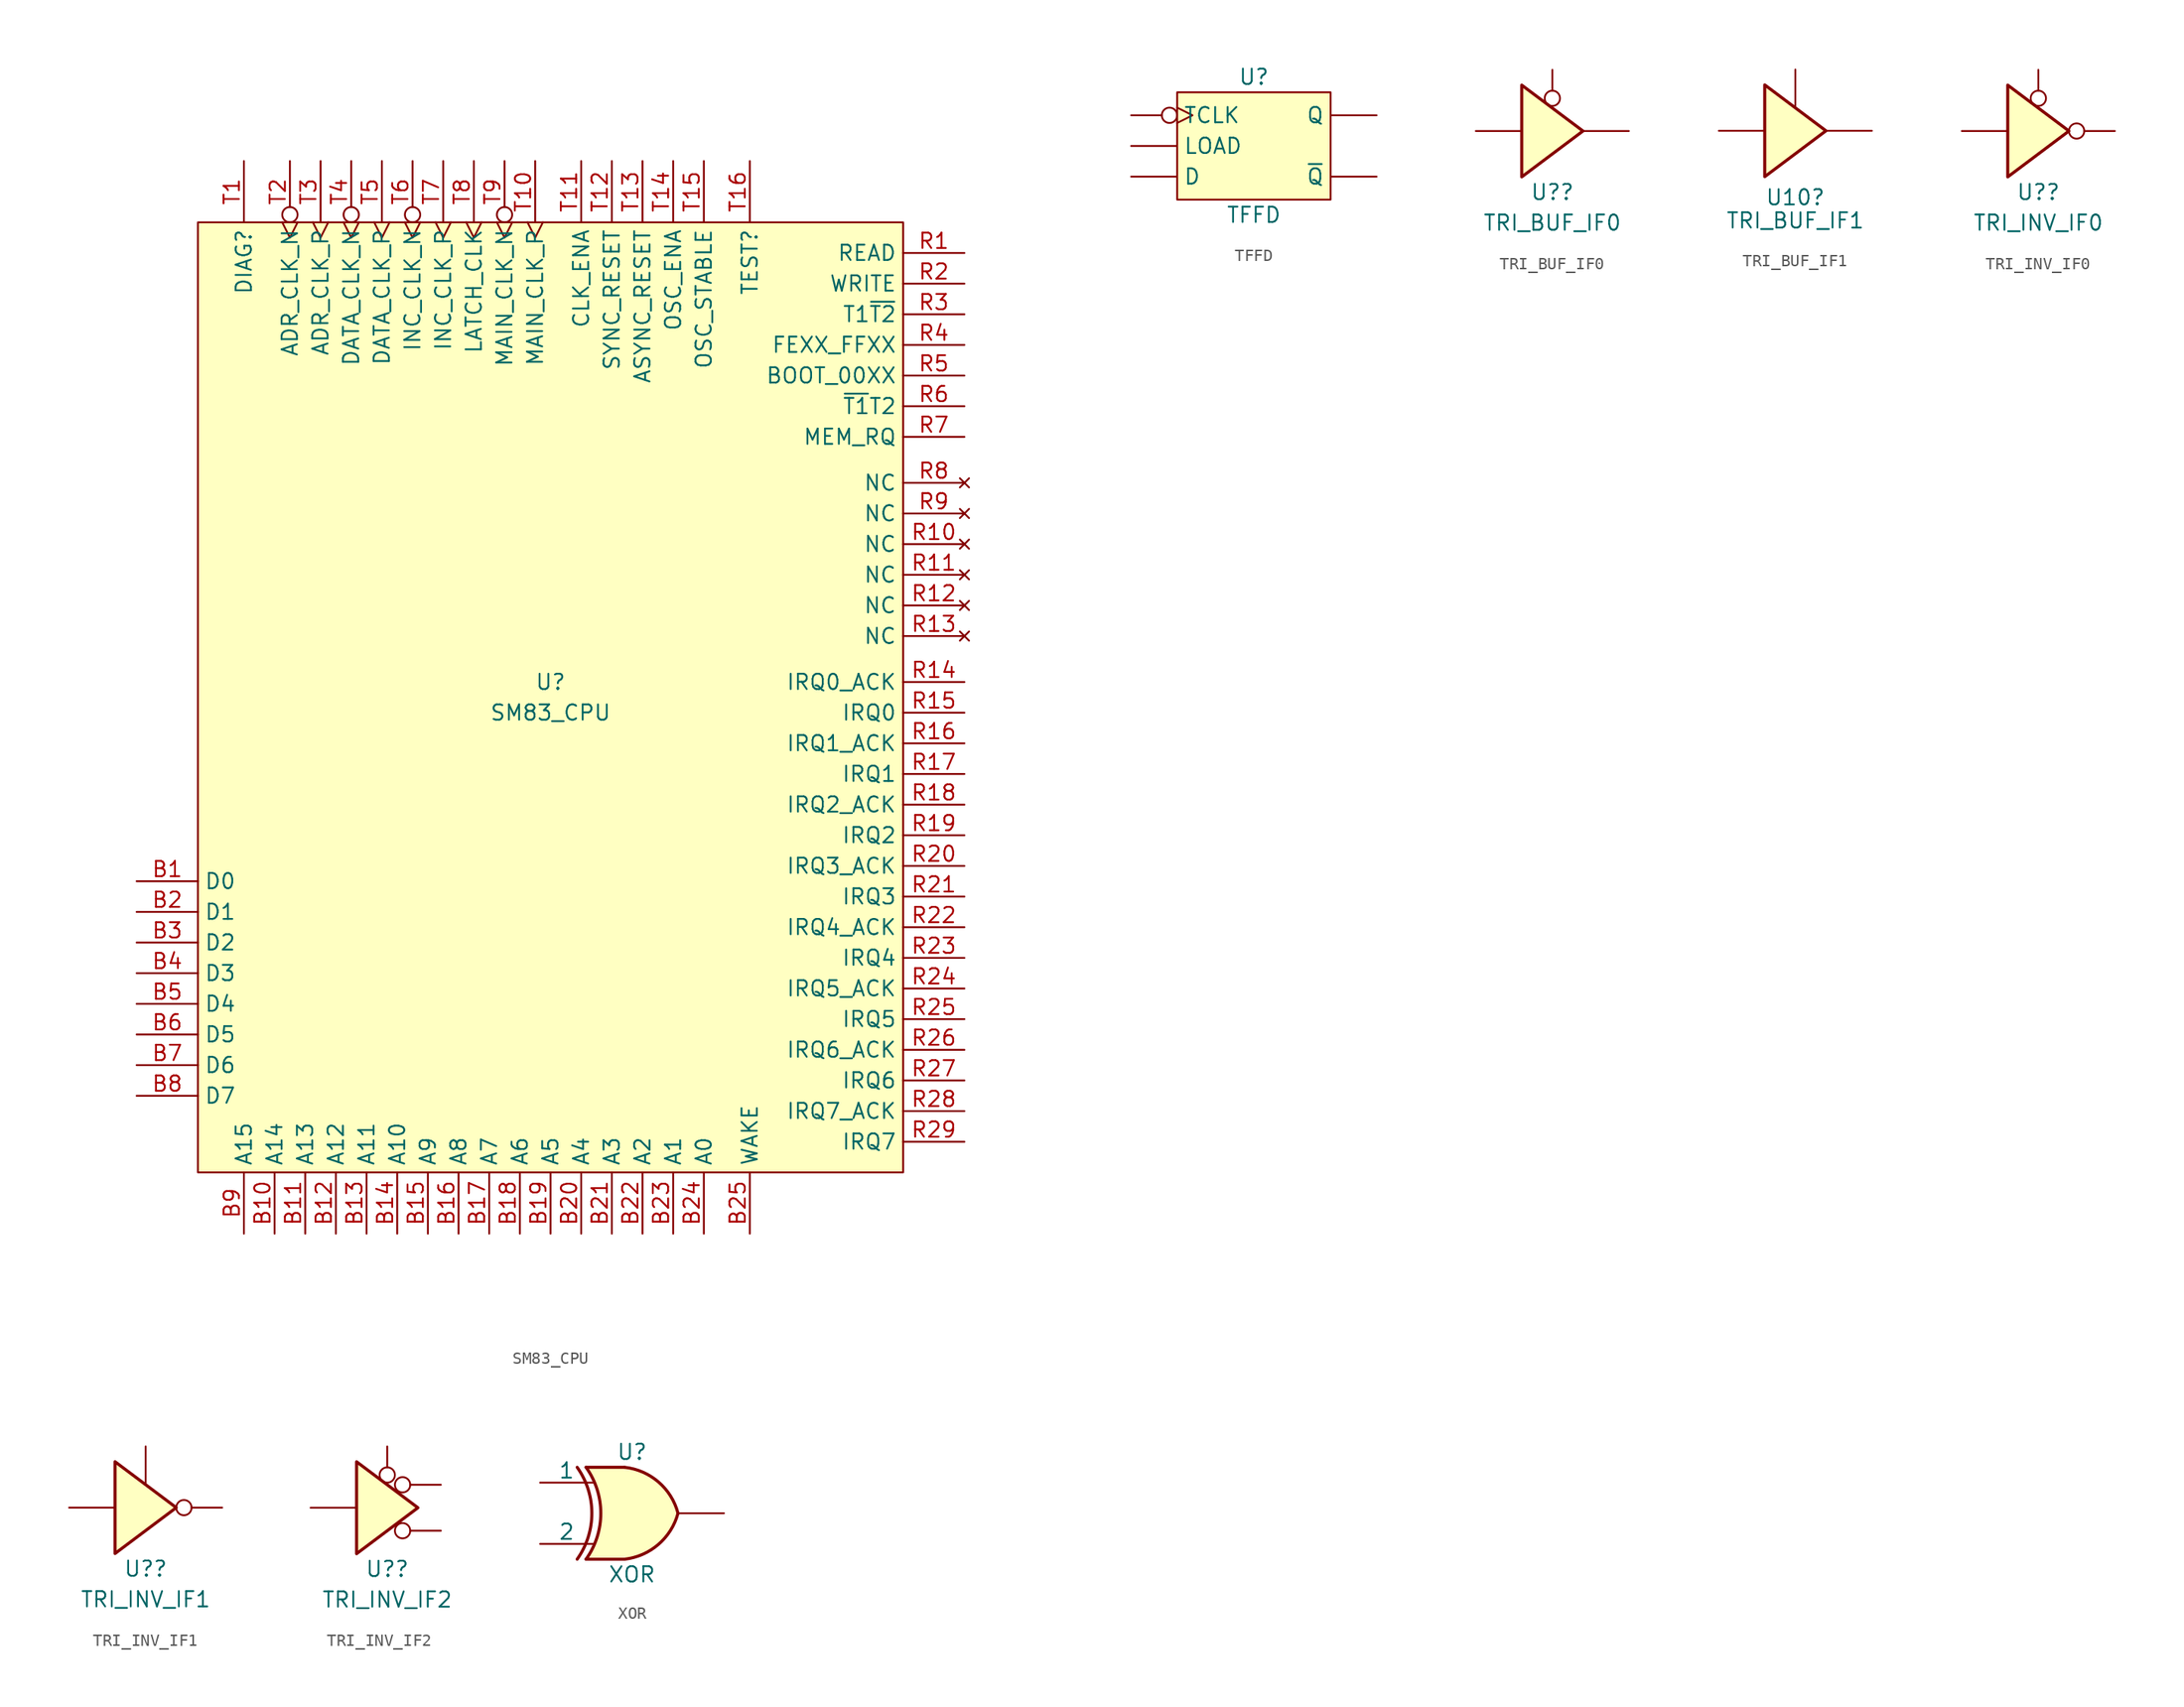
<source format=kicad_sym>
(kicad_symbol_lib
  (version 20220914)
  (generator kicad_symbol_editor)
  (symbol "SM83_CPU"
    (property "Reference" "U"
      (at 0 1.27 0)
      (effects (font (size 1.27 1.27))))
    (property "Value" "SM83_CPU"
      (at 0 -1.27 0)
      (effects (font (size 1.27 1.27))))
    (symbol "SM83_CPU_0_0"
      (rectangle (start -29.21 39.37) (end 29.21 -39.37) (stroke (width 0) (type default)) (fill (type background))))
    (symbol "SM83_CPU_1_1"
      (pin bidirectional line (at -34.29 -15.24 0) (length 5.08) (name "D0" (effects (font (size 1.27 1.27)))) (number "B1" (effects (font (size 1.27 1.27)))))
      (pin tri_state line (at -22.86 -44.45 90) (length 5.08) (name "A14" (effects (font (size 1.27 1.27)))) (number "B10" (effects (font (size 1.27 1.27)))))
      (pin tri_state line (at -20.32 -44.45 90) (length 5.08) (name "A13" (effects (font (size 1.27 1.27)))) (number "B11" (effects (font (size 1.27 1.27)))))
      (pin tri_state line (at -17.78 -44.45 90) (length 5.08) (name "A12" (effects (font (size 1.27 1.27)))) (number "B12" (effects (font (size 1.27 1.27)))))
      (pin tri_state line (at -15.24 -44.45 90) (length 5.08) (name "A11" (effects (font (size 1.27 1.27)))) (number "B13" (effects (font (size 1.27 1.27)))))
      (pin tri_state line (at -12.7 -44.45 90) (length 5.08) (name "A10" (effects (font (size 1.27 1.27)))) (number "B14" (effects (font (size 1.27 1.27)))))
      (pin tri_state line (at -10.16 -44.45 90) (length 5.08) (name "A9" (effects (font (size 1.27 1.27)))) (number "B15" (effects (font (size 1.27 1.27)))))
      (pin tri_state line (at -7.62 -44.45 90) (length 5.08) (name "A8" (effects (font (size 1.27 1.27)))) (number "B16" (effects (font (size 1.27 1.27)))))
      (pin tri_state line (at -5.08 -44.45 90) (length 5.08) (name "A7" (effects (font (size 1.27 1.27)))) (number "B17" (effects (font (size 1.27 1.27)))))
      (pin tri_state line (at -2.54 -44.45 90) (length 5.08) (name "A6" (effects (font (size 1.27 1.27)))) (number "B18" (effects (font (size 1.27 1.27)))))
      (pin tri_state line (at 0 -44.45 90) (length 5.08) (name "A5" (effects (font (size 1.27 1.27)))) (number "B19" (effects (font (size 1.27 1.27)))))
      (pin bidirectional line (at -34.29 -17.78 0) (length 5.08) (name "D1" (effects (font (size 1.27 1.27)))) (number "B2" (effects (font (size 1.27 1.27)))))
      (pin tri_state line (at 2.54 -44.45 90) (length 5.08) (name "A4" (effects (font (size 1.27 1.27)))) (number "B20" (effects (font (size 1.27 1.27)))))
      (pin tri_state line (at 5.08 -44.45 90) (length 5.08) (name "A3" (effects (font (size 1.27 1.27)))) (number "B21" (effects (font (size 1.27 1.27)))))
      (pin tri_state line (at 7.62 -44.45 90) (length 5.08) (name "A2" (effects (font (size 1.27 1.27)))) (number "B22" (effects (font (size 1.27 1.27)))))
      (pin tri_state line (at 10.16 -44.45 90) (length 5.08) (name "A1" (effects (font (size 1.27 1.27)))) (number "B23" (effects (font (size 1.27 1.27)))))
      (pin tri_state line (at 12.7 -44.45 90) (length 5.08) (name "A0" (effects (font (size 1.27 1.27)))) (number "B24" (effects (font (size 1.27 1.27)))))
      (pin input line (at 16.51 -44.45 90) (length 5.08) (name "WAKE" (effects (font (size 1.27 1.27)))) (number "B25" (effects (font (size 1.27 1.27)))))
      (pin bidirectional line (at -34.29 -20.32 0) (length 5.08) (name "D2" (effects (font (size 1.27 1.27)))) (number "B3" (effects (font (size 1.27 1.27)))))
      (pin bidirectional line (at -34.29 -22.86 0) (length 5.08) (name "D3" (effects (font (size 1.27 1.27)))) (number "B4" (effects (font (size 1.27 1.27)))))
      (pin bidirectional line (at -34.29 -25.4 0) (length 5.08) (name "D4" (effects (font (size 1.27 1.27)))) (number "B5" (effects (font (size 1.27 1.27)))))
      (pin bidirectional line (at -34.29 -27.94 0) (length 5.08) (name "D5" (effects (font (size 1.27 1.27)))) (number "B6" (effects (font (size 1.27 1.27)))))
      (pin bidirectional line (at -34.29 -30.48 0) (length 5.08) (name "D6" (effects (font (size 1.27 1.27)))) (number "B7" (effects (font (size 1.27 1.27)))))
      (pin bidirectional line (at -34.29 -33.02 0) (length 5.08) (name "D7" (effects (font (size 1.27 1.27)))) (number "B8" (effects (font (size 1.27 1.27)))))
      (pin tri_state line (at -25.4 -44.45 90) (length 5.08) (name "A15" (effects (font (size 1.27 1.27)))) (number "B9" (effects (font (size 1.27 1.27)))))
      (pin output line (at 34.29 36.83 180) (length 5.08) (name "READ" (effects (font (size 1.27 1.27)))) (number "R1" (effects (font (size 1.27 1.27)))))
      (pin no_connect line (at 34.29 12.7 180) (length 5.08) (name "NC" (effects (font (size 1.27 1.27)))) (number "R10" (effects (font (size 1.27 1.27)))))
      (pin no_connect line (at 34.29 10.16 180) (length 5.08) (name "NC" (effects (font (size 1.27 1.27)))) (number "R11" (effects (font (size 1.27 1.27)))))
      (pin no_connect line (at 34.29 7.62 180) (length 5.08) (name "NC" (effects (font (size 1.27 1.27)))) (number "R12" (effects (font (size 1.27 1.27)))))
      (pin no_connect line (at 34.29 5.08 180) (length 5.08) (name "NC" (effects (font (size 1.27 1.27)))) (number "R13" (effects (font (size 1.27 1.27)))))
      (pin output line (at 34.29 1.27 180) (length 5.08) (name "IRQ0_ACK" (effects (font (size 1.27 1.27)))) (number "R14" (effects (font (size 1.27 1.27)))))
      (pin input line (at 34.29 -1.27 180) (length 5.08) (name "IRQ0" (effects (font (size 1.27 1.27)))) (number "R15" (effects (font (size 1.27 1.27)))))
      (pin output line (at 34.29 -3.81 180) (length 5.08) (name "IRQ1_ACK" (effects (font (size 1.27 1.27)))) (number "R16" (effects (font (size 1.27 1.27)))))
      (pin input line (at 34.29 -6.35 180) (length 5.08) (name "IRQ1" (effects (font (size 1.27 1.27)))) (number "R17" (effects (font (size 1.27 1.27)))))
      (pin output line (at 34.29 -8.89 180) (length 5.08) (name "IRQ2_ACK" (effects (font (size 1.27 1.27)))) (number "R18" (effects (font (size 1.27 1.27)))))
      (pin input line (at 34.29 -11.43 180) (length 5.08) (name "IRQ2" (effects (font (size 1.27 1.27)))) (number "R19" (effects (font (size 1.27 1.27)))))
      (pin output line (at 34.29 34.29 180) (length 5.08) (name "WRITE" (effects (font (size 1.27 1.27)))) (number "R2" (effects (font (size 1.27 1.27)))))
      (pin output line (at 34.29 -13.97 180) (length 5.08) (name "IRQ3_ACK" (effects (font (size 1.27 1.27)))) (number "R20" (effects (font (size 1.27 1.27)))))
      (pin input line (at 34.29 -16.51 180) (length 5.08) (name "IRQ3" (effects (font (size 1.27 1.27)))) (number "R21" (effects (font (size 1.27 1.27)))))
      (pin output line (at 34.29 -19.05 180) (length 5.08) (name "IRQ4_ACK" (effects (font (size 1.27 1.27)))) (number "R22" (effects (font (size 1.27 1.27)))))
      (pin input line (at 34.29 -21.59 180) (length 5.08) (name "IRQ4" (effects (font (size 1.27 1.27)))) (number "R23" (effects (font (size 1.27 1.27)))))
      (pin output line (at 34.29 -24.13 180) (length 5.08) (name "IRQ5_ACK" (effects (font (size 1.27 1.27)))) (number "R24" (effects (font (size 1.27 1.27)))))
      (pin input line (at 34.29 -26.67 180) (length 5.08) (name "IRQ5" (effects (font (size 1.27 1.27)))) (number "R25" (effects (font (size 1.27 1.27)))))
      (pin output line (at 34.29 -29.21 180) (length 5.08) (name "IRQ6_ACK" (effects (font (size 1.27 1.27)))) (number "R26" (effects (font (size 1.27 1.27)))))
      (pin input line (at 34.29 -31.75 180) (length 5.08) (name "IRQ6" (effects (font (size 1.27 1.27)))) (number "R27" (effects (font (size 1.27 1.27)))))
      (pin output line (at 34.29 -34.29 180) (length 5.08) (name "IRQ7_ACK" (effects (font (size 1.27 1.27)))) (number "R28" (effects (font (size 1.27 1.27)))))
      (pin input line (at 34.29 -36.83 180) (length 5.08) (name "IRQ7" (effects (font (size 1.27 1.27)))) (number "R29" (effects (font (size 1.27 1.27)))))
      (pin input line (at 34.29 31.75 180) (length 5.08) (name "T1~{T2}" (effects (font (size 1.27 1.27)))) (number "R3" (effects (font (size 1.27 1.27)))))
      (pin input line (at 34.29 29.21 180) (length 5.08) (name "FEXX_FFXX" (effects (font (size 1.27 1.27)))) (number "R4" (effects (font (size 1.27 1.27)))))
      (pin input line (at 34.29 26.67 180) (length 5.08) (name "BOOT_00XX" (effects (font (size 1.27 1.27)))) (number "R5" (effects (font (size 1.27 1.27)))))
      (pin input line (at 34.29 24.13 180) (length 5.08) (name "~{T1}T2" (effects (font (size 1.27 1.27)))) (number "R6" (effects (font (size 1.27 1.27)))))
      (pin output line (at 34.29 21.59 180) (length 5.08) (name "MEM_RQ" (effects (font (size 1.27 1.27)))) (number "R7" (effects (font (size 1.27 1.27)))))
      (pin no_connect line (at 34.29 17.78 180) (length 5.08) (name "NC" (effects (font (size 1.27 1.27)))) (number "R8" (effects (font (size 1.27 1.27)))))
      (pin no_connect line (at 34.29 15.24 180) (length 5.08) (name "NC" (effects (font (size 1.27 1.27)))) (number "R9" (effects (font (size 1.27 1.27)))))
      (pin output line (at -25.4 44.45 270) (length 5.08) (name "DIAG?" (effects (font (size 1.27 1.27)))) (number "T1" (effects (font (size 1.27 1.27)))))
      (pin input clock (at -1.27 44.45 270) (length 5.08) (name "MAIN_CLK_P" (effects (font (size 1.27 1.27)))) (number "T10" (effects (font (size 1.27 1.27)))))
      (pin output line (at 2.54 44.45 270) (length 5.08) (name "CLK_ENA" (effects (font (size 1.27 1.27)))) (number "T11" (effects (font (size 1.27 1.27)))))
      (pin input line (at 5.08 44.45 270) (length 5.08) (name "SYNC_RESET" (effects (font (size 1.27 1.27)))) (number "T12" (effects (font (size 1.27 1.27)))))
      (pin input line (at 7.62 44.45 270) (length 5.08) (name "ASYNC_RESET" (effects (font (size 1.27 1.27)))) (number "T13" (effects (font (size 1.27 1.27)))))
      (pin output line (at 10.16 44.45 270) (length 5.08) (name "OSC_ENA" (effects (font (size 1.27 1.27)))) (number "T14" (effects (font (size 1.27 1.27)))))
      (pin input line (at 12.7 44.45 270) (length 5.08) (name "OSC_STABLE" (effects (font (size 1.27 1.27)))) (number "T15" (effects (font (size 1.27 1.27)))))
      (pin input line (at 16.51 44.45 270) (length 5.08) (name "TEST?" (effects (font (size 1.27 1.27)))) (number "T16" (effects (font (size 1.27 1.27)))))
      (pin input inverted_clock (at -21.59 44.45 270) (length 5.08) (name "ADR_CLK_N" (effects (font (size 1.27 1.27)))) (number "T2" (effects (font (size 1.27 1.27)))))
      (pin input clock (at -19.05 44.45 270) (length 5.08) (name "ADR_CLK_P" (effects (font (size 1.27 1.27)))) (number "T3" (effects (font (size 1.27 1.27)))))
      (pin input inverted_clock (at -16.51 44.45 270) (length 5.08) (name "DATA_CLK_N" (effects (font (size 1.27 1.27)))) (number "T4" (effects (font (size 1.27 1.27)))))
      (pin input clock (at -13.97 44.45 270) (length 5.08) (name "DATA_CLK_P" (effects (font (size 1.27 1.27)))) (number "T5" (effects (font (size 1.27 1.27)))))
      (pin input inverted_clock (at -11.43 44.45 270) (length 5.08) (name "INC_CLK_N" (effects (font (size 1.27 1.27)))) (number "T6" (effects (font (size 1.27 1.27)))))
      (pin input clock (at -8.89 44.45 270) (length 5.08) (name "INC_CLK_P" (effects (font (size 1.27 1.27)))) (number "T7" (effects (font (size 1.27 1.27)))))
      (pin input clock (at -6.35 44.45 270) (length 5.08) (name "LATCH_CLK" (effects (font (size 1.27 1.27)))) (number "T8" (effects (font (size 1.27 1.27)))))
      (pin input inverted_clock (at -3.81 44.45 270) (length 5.08) (name "MAIN_CLK_N" (effects (font (size 1.27 1.27)))) (number "T9" (effects (font (size 1.27 1.27)))))))
  (symbol "TFFD"
    (pin_numbers hide)
    (property "Reference" "U"
      (at 0 5.715 0)
      (effects (font (size 1.27 1.27))))
    (property "Value" "TFFD"
      (at 0 -5.715 0)
      (effects (font (size 1.27 1.27))))
    (symbol "TFFD_0_1"
      (rectangle (start -6.35 4.445) (end 6.35 -4.445) (stroke (width 0) (type default)) (fill (type background))))
    (symbol "TFFD_1_1"
      (pin output line (at 10.16 2.54 180) (length 3.81) (name "Q" (effects (font (size 1.27 1.27)))) (number "1" (effects (font (size 1.27 1.27)))))
      (pin input line (at -10.16 0 0) (length 3.81) (name "LOAD" (effects (font (size 1.27 1.27)))) (number "3" (effects (font (size 1.27 1.27)))))
      (pin input line (at -10.16 0 0) (length 3.81) hide (name "LOAD" (effects (font (size 1.27 1.27)))) (number "4" (effects (font (size 1.27 1.27)))))
      (pin input line (at -10.16 -2.54 0) (length 3.81) (name "D" (effects (font (size 1.27 1.27)))) (number "5" (effects (font (size 1.27 1.27)))))
      (pin output line (at 10.16 -2.54 180) (length 3.81) (name "~{Q}" (effects (font (size 1.27 1.27)))) (number "6" (effects (font (size 1.27 1.27)))))
      (pin input inverted_clock (at -10.16 2.54 0) (length 3.81) (name "TCLK" (effects (font (size 1.27 1.27)))) (number "7" (effects (font (size 1.27 1.27)))))))
  (symbol "TRI_BUF_IF0"
    (pin_numbers hide)
    (pin_names hide)
    (property "Reference" "U?"
      (at 0 -5.08 0)
      (effects (font (size 1.27 1.27))))
    (property "Value" "TRI_BUF_IF0"
      (at 0 -7.62 0)
      (effects (font (size 1.27 1.27))))
    (symbol "TRI_BUF_IF0_1_0"
      (polyline (pts (xy -2.54 3.81) (xy -2.54 -3.81) (xy 2.54 0) (xy -2.54 3.81)) (stroke (width 0.254) (type default)) (fill (type background)))
      (pin input line (at -6.35 0 0) (length 3.81) (name "IN" (effects (font (size 1.27 1.27)))) (number "1" (effects (font (size 1.27 1.27)))))
      (pin input line (at -6.35 0 0) (length 3.81) hide (name "IN" (effects (font (size 1.27 1.27)))) (number "3" (effects (font (size 1.27 1.27)))))
      (pin tri_state line (at 6.35 0 180) (length 3.81) (name "~" (effects (font (size 1.27 1.27)))) (number "4" (effects (font (size 1.27 1.27))))))
    (symbol "TRI_BUF_IF0_1_1"
      (pin input inverted (at 0 5.08 270) (length 3) (name "~{ENA}" (effects (font (size 1.27 1.27)))) (number "2" (effects (font (size 1.27 1.27)))))))
  (symbol "TRI_BUF_IF1"
    (pin_numbers hide)
    (pin_names hide)
    (property "Reference" "U10"
      (at 0 -5.532 0)
      (effects (font (size 1.27 1.27))))
    (property "Value" "TRI_BUF_IF1"
      (at 0 -7.454 0)
      (effects (font (size 1.27 1.27))))
    (symbol "TRI_BUF_IF1_1_0"
      (polyline (pts (xy -2.54 3.81) (xy -2.54 -3.81) (xy 2.54 0) (xy -2.54 3.81)) (stroke (width 0.254) (type default)) (fill (type background)))
      (pin input line (at -6.35 0 0) (length 3.81) (name "IN" (effects (font (size 1.27 1.27)))) (number "1" (effects (font (size 1.27 1.27)))))
      (pin input line (at -6.35 0 0) (length 3.81) hide (name "IN" (effects (font (size 1.27 1.27)))) (number "3" (effects (font (size 1.27 1.27)))))
      (pin tri_state line (at 6.35 0 180) (length 3.81) (name "~" (effects (font (size 1.27 1.27)))) (number "4" (effects (font (size 1.27 1.27))))))
    (symbol "TRI_BUF_IF1_1_1"
      (pin input line (at 0 5.08 270) (length 3) (name "~{ENA}" (effects (font (size 1.27 1.27)))) (number "2" (effects (font (size 1.27 1.27)))))))
  (symbol "TRI_INV_IF0"
    (pin_numbers hide)
    (pin_names hide)
    (property "Reference" "U?"
      (at 0 -5.08 0)
      (effects (font (size 1.27 1.27))))
    (property "Value" "TRI_INV_IF0"
      (at 0 -7.62 0)
      (effects (font (size 1.27 1.27))))
    (symbol "TRI_INV_IF0_1_0"
      (polyline (pts (xy -2.54 3.81) (xy -2.54 -3.81) (xy 2.54 0) (xy -2.54 3.81)) (stroke (width 0.254) (type default)) (fill (type background)))
      (pin input line (at -6.35 0 0) (length 3.81) (name "~" (effects (font (size 1.27 1.27)))) (number "2" (effects (font (size 1.27 1.27)))))
      (pin tri_state inverted (at 6.35 0 180) (length 3.81) (name "~" (effects (font (size 1.27 1.27)))) (number "3" (effects (font (size 1.27 1.27))))))
    (symbol "TRI_INV_IF0_1_1"
      (pin input inverted (at 0 5.08 270) (length 3) (name "~{ENA}" (effects (font (size 1.27 1.27)))) (number "1" (effects (font (size 1.27 1.27)))))))
  (symbol "TRI_INV_IF1"
    (pin_numbers hide)
    (pin_names hide)
    (property "Reference" "U?"
      (at 0 -5.08 0)
      (effects (font (size 1.27 1.27))))
    (property "Value" "TRI_INV_IF1"
      (at 0 -7.62 0)
      (effects (font (size 1.27 1.27))))
    (symbol "TRI_INV_IF1_1_0"
      (polyline (pts (xy -2.54 3.81) (xy -2.54 -3.81) (xy 2.54 0) (xy -2.54 3.81)) (stroke (width 0.254) (type default)) (fill (type background)))
      (pin input line (at -6.35 0 0) (length 3.81) (name "~" (effects (font (size 1.27 1.27)))) (number "2" (effects (font (size 1.27 1.27)))))
      (pin tri_state inverted (at 6.35 0 180) (length 3.81) (name "~" (effects (font (size 1.27 1.27)))) (number "3" (effects (font (size 1.27 1.27))))))
    (symbol "TRI_INV_IF1_1_1"
      (pin input line (at 0 5.08 270) (length 3.15) (name "ENA" (effects (font (size 1.27 1.27)))) (number "1" (effects (font (size 1.27 1.27)))))))
  (symbol "TRI_INV_IF2"
    (pin_numbers hide)
    (pin_names hide)
    (property "Reference" "U?"
      (at 0 -5.08 0)
      (effects (font (size 1.27 1.27))))
    (property "Value" "TRI_INV_IF2"
      (at 0 -7.62 0)
      (effects (font (size 1.27 1.27))))
    (symbol "TRI_INV_IF2_1_0"
      (polyline (pts (xy -2.54 3.81) (xy -2.54 -3.81) (xy 2.54 0) (xy -2.54 3.81)) (stroke (width 0.254) (type default)) (fill (type background)))
      (pin input line (at -6.35 0 0) (length 3.81) (name "~" (effects (font (size 1.27 1.27)))) (number "2" (effects (font (size 1.27 1.27)))))
      (pin tri_state inverted (at 4.445 -1.905 180) (length 3.81) (name "~" (effects (font (size 1.27 1.27)))) (number "3" (effects (font (size 1.27 1.27)))))
      (pin tri_state inverted (at 4.445 1.905 180) (length 3.81) (name "~" (effects (font (size 1.27 1.27)))) (number "3" (effects (font (size 1.27 1.27))))))
    (symbol "TRI_INV_IF2_1_1"
      (pin input inverted (at 0 5.08 270) (length 3) (name "~{ENA}" (effects (font (size 1.27 1.27)))) (number "1" (effects (font (size 1.27 1.27)))))))
  (symbol "XOR"
    (pin_numbers hide)
    (pin_names
      (offset 0))
    (property "Reference" "U"
      (at 0 5.08 0)
      (effects (font (size 1.27 1.27))))
    (property "Value" "XOR"
      (at 0 -5.08 0)
      (effects (font (size 1.27 1.27))))
    (symbol "XOR_1_0"
      (arc (start -4.5468 -3.81) (mid -3.3305 0) (end -4.5468 3.81) (stroke (width 0.254) (type default)) (fill (type none))))
    (symbol "XOR_1_1"
      (arc (start -3.8102 -3.81) (mid -2.5892 0) (end -3.8102 3.81) (stroke (width 0.254) (type default)) (fill (type none)))
      (arc (start -0.6098 -3.81) (mid 2.1853 -2.584) (end 3.8098 0) (stroke (width 0.254) (type default)) (fill (type background)))
      (polyline (pts (xy -3.81 -3.81) (xy -0.635 -3.81)) (stroke (width 0.254) (type default)) (fill (type background)))
      (polyline (pts (xy -3.81 3.81) (xy -0.635 3.81)) (stroke (width 0.254) (type default)) (fill (type background)))
      (polyline (pts (xy -0.635 3.81) (xy -3.81 3.81) (xy -3.81 3.81) (xy -3.556 3.404) (xy -3.023 2.261) (xy -2.693 1.041) (xy -2.616 -0.254) (xy -2.769 -1.499) (xy -3.175 -2.718) (xy -3.81 -3.81) (xy -3.81 -3.81) (xy -0.635 -3.81)) (stroke (width -25.4) (type default)) (fill (type background)))
      (arc (start 3.8098 0) (mid 2.1926 2.5925) (end -0.6098 3.81) (stroke (width 0.254) (type default)) (fill (type background)))
      (pin output line (at 7.62 0 180) (length 3.81) (name "~" (effects (font (size 1.27 1.27)))) (number "1" (effects (font (size 0 0)))))
      (pin input line (at -7.62 2.54 0) (length 4.4) (name "1" (effects (font (size 1.27 1.27)))) (number "2" (effects (font (size 1.27 1.27)))))
      (pin input line (at -7.62 -2.54 0) (length 4.4) (name "2" (effects (font (size 1.27 1.27)))) (number "3" (effects (font (size 1.27 1.27))))))))
</source>
